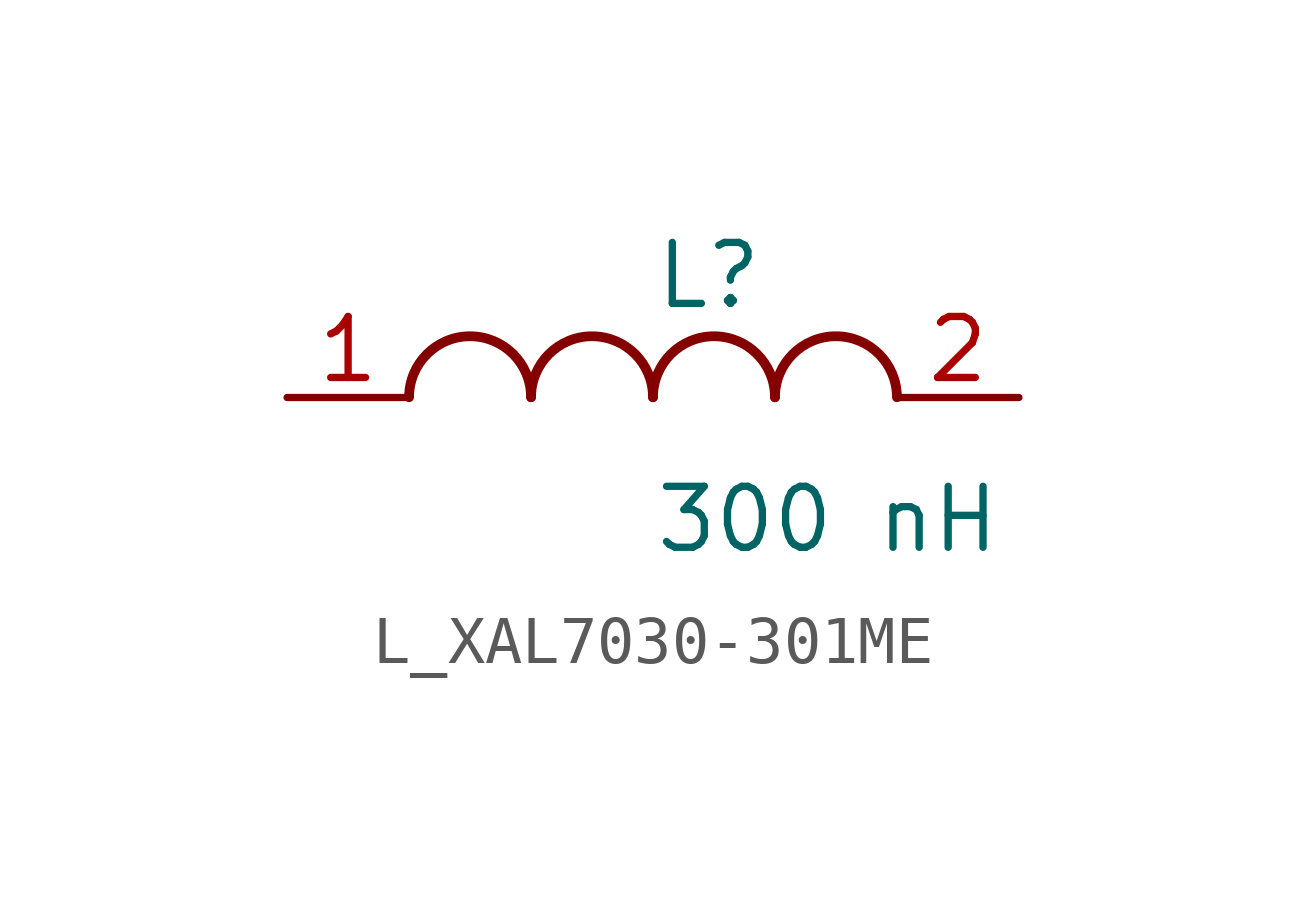
<source format=kicad_sym>
(kicad_symbol_lib
  (version 20231120)
  (generator kicad_symbol_editor)
  (generator_version 8.0)
  (symbol "L_XAL7030-301ME"
    (pin_names
      (offset 0.254))
    (property "Reference" "L"
      (at 0 2.54 0)
      (effects (font (size 1.27 1.27)) (justify left)))
    (property "Value" "300 nH"
      (at 0 -2.54 0)
      (effects (font (size 1.27 1.27)) (justify left)))
    (symbol "L_XAL7030-301ME_1_1"
      (arc (start -2.54 0.0056) (mid -3.81 1.27) (end -5.08 0.0056) (stroke (width 0.2032) (type default)) (fill (type none)))
      (arc (start 0 0.0056) (mid -1.27 1.27) (end -2.54 0.0056) (stroke (width 0.2032) (type default)) (fill (type none)))
      (arc (start 2.54 0.0056) (mid 1.27 1.27) (end 0 0.0056) (stroke (width 0.2032) (type default)) (fill (type none)))
      (arc (start 5.08 0.0056) (mid 3.81 1.27) (end 2.54 0.0056) (stroke (width 0.2032) (type default)) (fill (type none)))
      (pin unspecified line (at -7.62 0 0) (length 2.54) (name "" (effects (font (size 1.27 1.27)))) (number "1" (effects (font (size 1.27 1.27)))))
      (pin unspecified line (at 7.62 0 180) (length 2.54) (name "" (effects (font (size 1.27 1.27)))) (number "2" (effects (font (size 1.27 1.27))))))))
</source>
